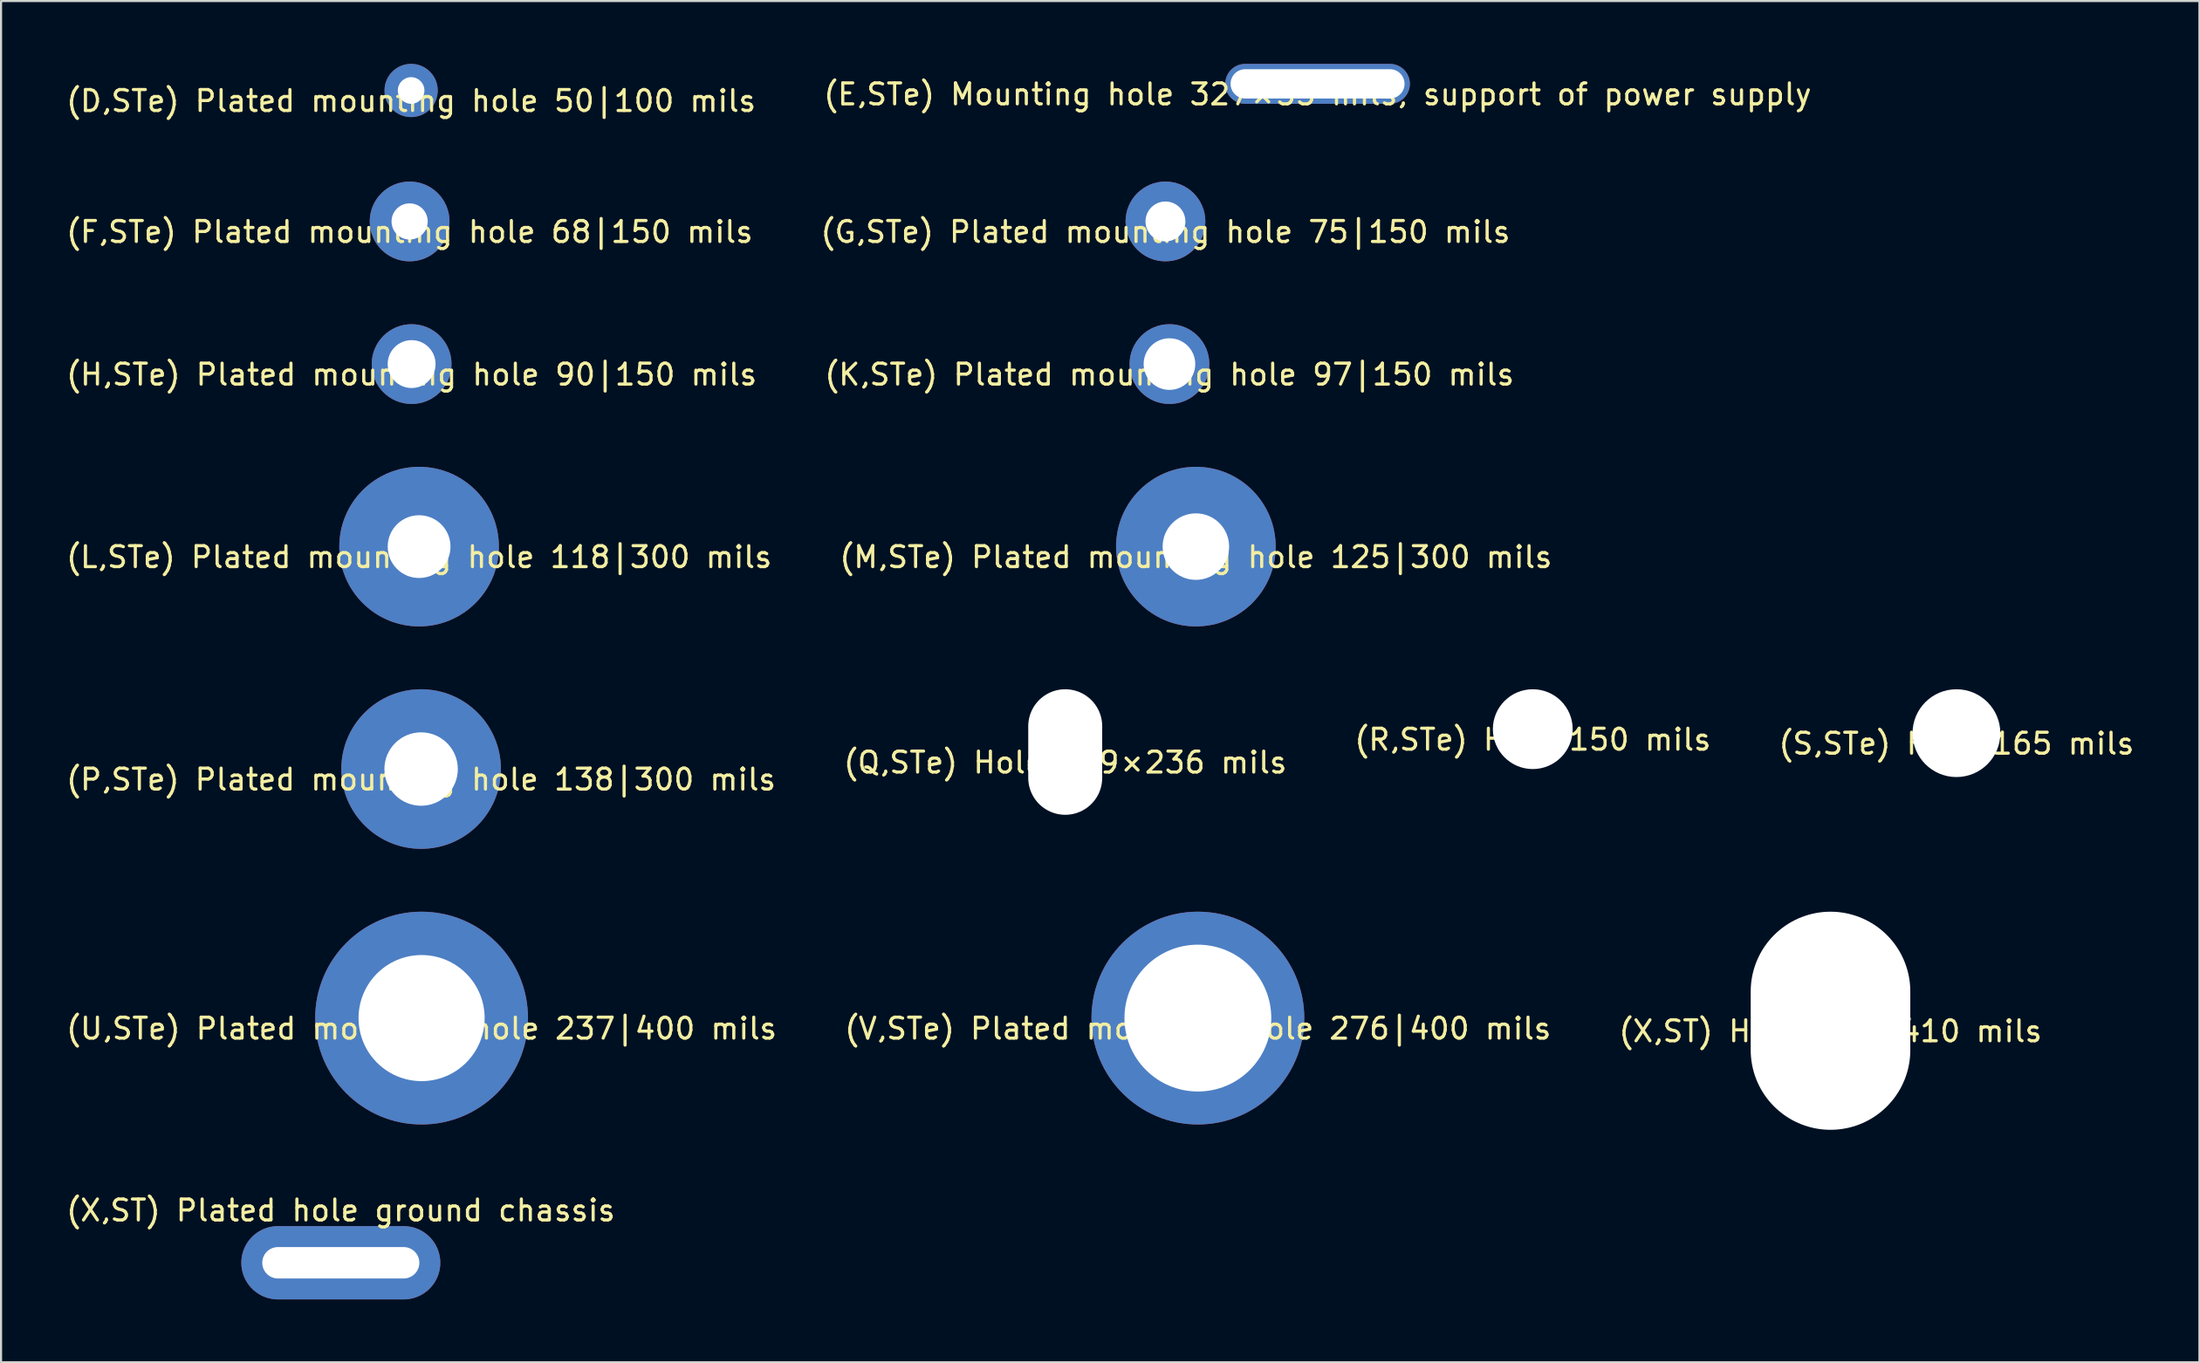
<source format=kicad_pcb>
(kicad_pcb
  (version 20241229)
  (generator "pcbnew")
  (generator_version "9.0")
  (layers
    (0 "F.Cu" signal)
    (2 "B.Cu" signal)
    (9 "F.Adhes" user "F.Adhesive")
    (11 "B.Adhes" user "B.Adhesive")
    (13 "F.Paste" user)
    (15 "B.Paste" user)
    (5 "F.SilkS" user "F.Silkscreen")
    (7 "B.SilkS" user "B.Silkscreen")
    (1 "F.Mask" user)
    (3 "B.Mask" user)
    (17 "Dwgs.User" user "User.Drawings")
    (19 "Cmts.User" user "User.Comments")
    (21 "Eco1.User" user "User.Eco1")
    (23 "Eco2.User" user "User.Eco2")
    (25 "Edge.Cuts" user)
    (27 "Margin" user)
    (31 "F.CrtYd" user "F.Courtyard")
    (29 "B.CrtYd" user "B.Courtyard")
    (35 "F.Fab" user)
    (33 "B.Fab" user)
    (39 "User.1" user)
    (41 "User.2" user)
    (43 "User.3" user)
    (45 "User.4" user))
  (footprint "(E,STe) Mounting hole 327×55 mils, support of power supply"
    (layer "F.Cu")
    (at 59.851 0.953)
    (property "Reference" "(E,STe) Mounting hole 327×55 mils, support of power supply" (at 0 0.5 0) (layer "F.SilkS") (effects (font (size 1 1) (thickness 0.15))))
    (attr through_hole)
    (pad "" thru_hole oval (at 0 0) (size 8.814 1.905) (drill oval 8.306 1.397) (layers "*.Cu" "*.Mask")))
  (footprint "(M,STe) Plated mounting hole 125|300 mils"
    (layer "F.Cu")
    (at 54.042 23.048)
    (property "Reference" "(M,STe) Plated mounting hole 125|300 mils" (at 0 0.5 0) (layer "F.SilkS") (effects (font (size 1 1) (thickness 0.15))))
    (attr through_hole)
    (pad "" thru_hole circle (at 0 0) (size 7.62 7.62) (drill 3.175) (layers "*.Cu" "*.Mask")))
  (footprint "(S,STe) Hole 165 mils"
    (layer "F.Cu")
    (at 90.351 31.954)
    (property "Reference" "(S,STe) Hole 165 mils" (at 0 0.5 0) (layer "F.SilkS") (effects (font (size 1 1) (thickness 0.15))))
    (attr through_hole)
    (pad "" np_thru_hole circle (at 0 0) (size 4.191 4.191) (drill 4.191) (layers "*.Cu" "*.Mask")))
  (footprint "(L,STe) Plated mounting hole 118|300 mils"
    (layer "F.Cu")
    (at 16.958 23.048)
    (property "Reference" "(L,STe) Plated mounting hole 118|300 mils" (at 0 0.5 0) (layer "F.SilkS") (effects (font (size 1 1) (thickness 0.15))))
    (attr through_hole)
    (pad "" thru_hole circle (at 0 0) (size 7.62 7.62) (drill 2.997) (layers "*.Cu" "*.Mask")))
  (footprint "(R,STe) Hole 150 mils"
    (layer "F.Cu")
    (at 70.125 31.763)
    (property "Reference" "(R,STe) Hole 150 mils" (at 0 0.5 0) (layer "F.SilkS") (effects (font (size 1 1) (thickness 0.15))))
    (attr through_hole)
    (pad "" np_thru_hole circle (at 0 0) (size 3.81 3.81) (drill 3.81) (layers "*.Cu" "*.Mask")))
  (footprint "(X,ST) Plated hole ground chassis"
    (layer "F.Cu")
    (at 13.22 57.24)
    (property "Reference" "(X,ST) Plated hole ground chassis" (at 0 -2.5 0) (unlocked yes) (layer "F.SilkS") (effects (font (size 1 1) (thickness 0.15))))
    (attr through_hole)
    (pad "1" thru_hole oval (at 0 0) (size 9.5 3.5) (drill oval 7.5 1.5) (layers "*.Cu" "*.Mask")))
  (footprint "(D,STe) Plated mounting hole 50|100 mils"
    (layer "F.Cu")
    (at 16.577 1.27)
    (property "Reference" "(D,STe) Plated mounting hole 50|100 mils" (at 0 0.5 0) (layer "F.SilkS") (effects (font (size 1 1) (thickness 0.15))))
    (attr through_hole)
    (pad "" thru_hole circle (at 0 0) (size 2.54 2.54) (drill 1.27) (layers "*.Cu" "*.Mask")))
  (footprint "(Q,STe) Hole 139×236 mils"
    (layer "F.Cu")
    (at 47.804 32.855)
    (property "Reference" "(Q,STe) Hole 139×236 mils" (at 0 0.5 0) (layer "F.SilkS") (effects (font (size 1 1) (thickness 0.15))))
    (attr through_hole)
    (pad "" np_thru_hole oval (at 0 0) (size 3.531 5.994) (drill oval 3.531 5.994) (layers "*.Cu" "*.Mask")))
  (footprint "(H,STe) Plated mounting hole 90|150 mils"
    (layer "F.Cu")
    (at 16.601 14.333)
    (property "Reference" "(H,STe) Plated mounting hole 90|150 mils" (at 0 0.5 0) (layer "F.SilkS") (effects (font (size 1 1) (thickness 0.15))))
    (attr through_hole)
    (pad "" thru_hole circle (at 0 0) (size 3.81 3.81) (drill 2.286) (layers "*.Cu" "*.Mask")))
  (footprint "(F,STe) Plated mounting hole 68|150 mils"
    (layer "F.Cu")
    (at 16.506 7.523)
    (property "Reference" "(F,STe) Plated mounting hole 68|150 mils" (at 0 0.5 0) (layer "F.SilkS") (effects (font (size 1 1) (thickness 0.15))))
    (attr through_hole)
    (pad "" thru_hole circle (at 0 0) (size 3.81 3.81) (drill 1.727) (layers "*.Cu" "*.Mask")))
  (footprint "(U,STe) Plated mounting hole 237|400 mils"
    (layer "F.Cu")
    (at 17.077 45.558)
    (property "Reference" "(U,STe) Plated mounting hole 237|400 mils" (at 0 0.5 0) (layer "F.SilkS") (effects (font (size 1 1) (thickness 0.15))))
    (attr through_hole)
    (pad "" thru_hole circle (at 0 0) (size 10.16 10.16) (drill 6.02) (layers "*.Cu" "*.Mask")))
  (footprint "(V,STe) Plated mounting hole 276|400 mils"
    (layer "F.Cu")
    (at 54.137 45.558)
    (property "Reference" "(V,STe) Plated mounting hole 276|400 mils" (at 0 0.5 0) (layer "F.SilkS") (effects (font (size 1 1) (thickness 0.15))))
    (attr through_hole)
    (pad "" thru_hole circle (at 0 0) (size 10.16 10.16) (drill 7.01) (layers "*.Cu" "*.Mask")))
  (footprint "(X,ST) Hole 300×410 mils"
    (layer "F.Cu")
    (at 84.339 45.685)
    (property "Reference" "(X,ST) Hole 300×410 mils" (at 0 0.5 0) (layer "F.SilkS") (effects (font (size 1 1) (thickness 0.15))))
    (attr through_hole)
    (pad "" np_thru_hole oval (at 0 0) (size 7.62 10.414) (drill oval 7.62 10.414) (layers "*.Cu" "*.Mask")))
  (footprint "(P,STe) Plated mounting hole 138|300 mils"
    (layer "F.Cu")
    (at 17.054 33.668)
    (property "Reference" "(P,STe) Plated mounting hole 138|300 mils" (at 0 0.5 0) (layer "F.SilkS") (effects (font (size 1 1) (thickness 0.15))))
    (attr through_hole)
    (pad "" thru_hole circle (at 0 0) (size 7.62 7.62) (drill 3.505) (layers "*.Cu" "*.Mask")))
  (footprint "(K,STe) Plated mounting hole 97|150 mils"
    (layer "F.Cu")
    (at 52.78 14.333)
    (property "Reference" "(K,STe) Plated mounting hole 97|150 mils" (at 0 0.5 0) (layer "F.SilkS") (effects (font (size 1 1) (thickness 0.15))))
    (attr through_hole)
    (pad "" thru_hole circle (at 0 0) (size 3.81 3.81) (drill 2.464) (layers "*.Cu" "*.Mask")))
  (footprint "(G,STe) Plated mounting hole 75|150 mils"
    (layer "F.Cu")
    (at 52.589 7.523)
    (property "Reference" "(G,STe) Plated mounting hole 75|150 mils" (at 0 0.5 0) (layer "F.SilkS") (effects (font (size 1 1) (thickness 0.15))))
    (attr through_hole)
    (pad "" thru_hole circle (at 0 0) (size 3.81 3.81) (drill 1.905) (layers "*.Cu" "*.Mask")))
  (gr_rect
    (start -3 -3)
    (end 101.952 61.99)
    (stroke (width 0.1) (type default))
    (fill no)
    (layer "Edge.Cuts")))
</source>
